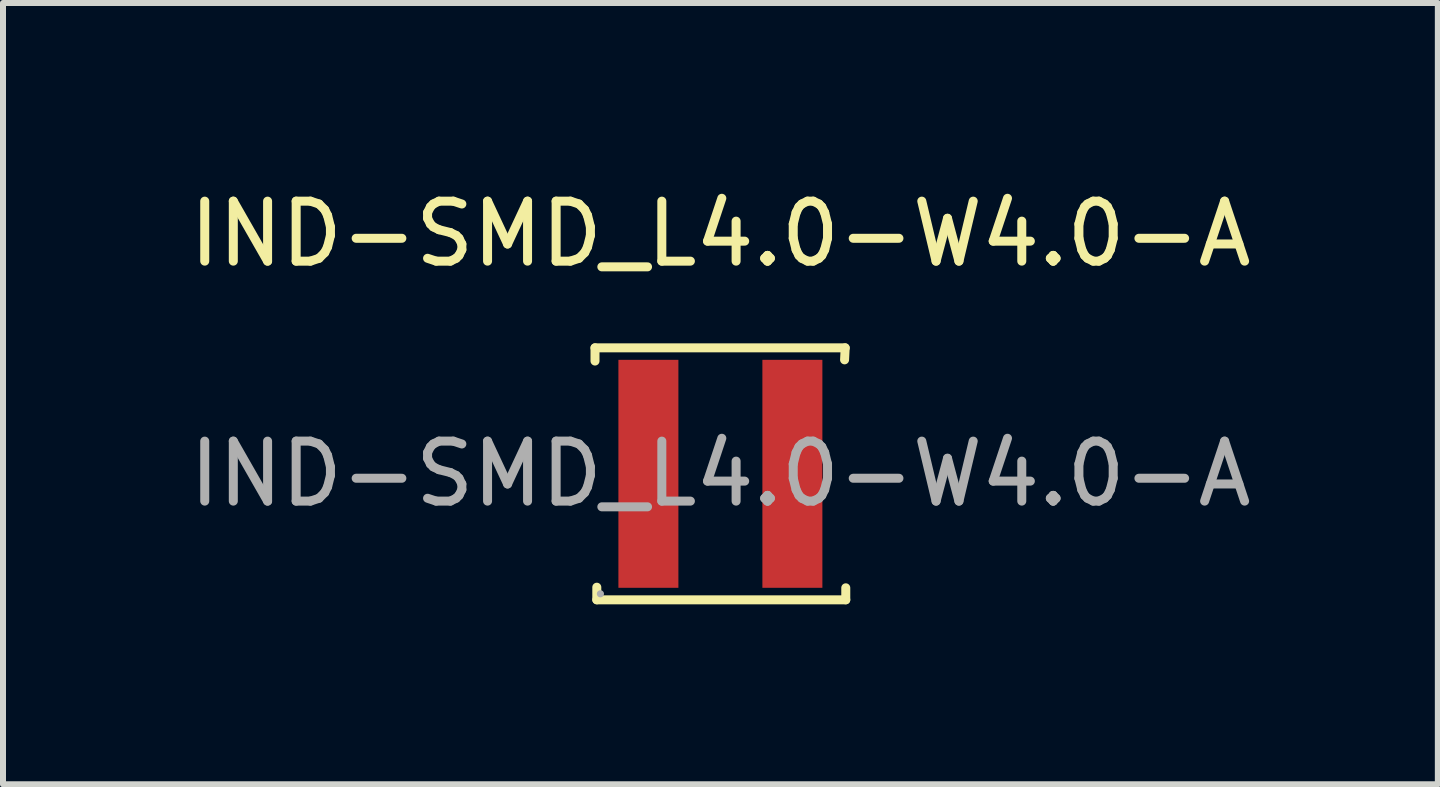
<source format=kicad_pcb>
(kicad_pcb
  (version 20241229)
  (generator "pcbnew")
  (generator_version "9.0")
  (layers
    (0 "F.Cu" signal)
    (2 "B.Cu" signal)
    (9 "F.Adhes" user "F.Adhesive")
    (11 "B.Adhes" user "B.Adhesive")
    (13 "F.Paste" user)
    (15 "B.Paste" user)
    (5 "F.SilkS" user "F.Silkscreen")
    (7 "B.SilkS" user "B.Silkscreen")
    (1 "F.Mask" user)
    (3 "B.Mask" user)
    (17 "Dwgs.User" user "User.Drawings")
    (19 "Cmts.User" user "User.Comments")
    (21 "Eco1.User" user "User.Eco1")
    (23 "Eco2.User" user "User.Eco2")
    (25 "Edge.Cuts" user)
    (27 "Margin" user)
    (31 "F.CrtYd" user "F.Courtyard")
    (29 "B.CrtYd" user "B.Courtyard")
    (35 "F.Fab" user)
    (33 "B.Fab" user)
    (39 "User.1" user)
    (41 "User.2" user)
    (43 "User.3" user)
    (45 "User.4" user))
  (footprint "IND-SMD_L4.0-W4.0-A"
    (layer "F.Cu")
    (at 8.958 4.848)
    (property "Reference" "IND-SMD_L4.0-W4.0-A" (at 0 -4 0) (layer "F.SilkS") (effects (font (size 1 1) (thickness 0.15))))
    (attr through_hole)
    (fp_line (start -2.09 -2.1) (end -2.09 -1.88) (stroke (width 0.15) (type solid)) (layer "F.SilkS"))
    (fp_line (start -2.06 1.89) (end -2.06 2.1) (stroke (width 0.15) (type solid)) (layer "F.SilkS"))
    (fp_line (start -2.06 2.1) (end 2.09 2.1) (stroke (width 0.15) (type solid)) (layer "F.SilkS"))
    (fp_line (start 2.07 -1.9) (end 2.08 -2.1) (stroke (width 0.15) (type solid)) (layer "F.SilkS"))
    (fp_line (start 2.08 -2.1) (end -2.09 -2.1) (stroke (width 0.15) (type solid)) (layer "F.SilkS"))
    (fp_line (start 2.09 2.1) (end 2.09 1.9) (stroke (width 0.15) (type solid)) (layer "F.SilkS"))
    (fp_circle (center -2 2) (end -1.97 2) (stroke (width 0.06) (type solid)) (fill no) (layer "F.Fab"))
    (fp_text user "${REFERENCE}" (at 0 0 0) (layer "F.Fab") (effects (font (size 1 1) (thickness 0.15))))
    (pad "1" smd rect (at -1.2 0) (size 1 3.8) (layers "F.Cu" "F.Mask" "F.Paste"))
    (pad "2" smd rect (at 1.2 0) (size 1 3.8) (layers "F.Cu" "F.Mask" "F.Paste")))
  (gr_rect
    (start -3 -3)
    (end 20.917 10.023)
    (stroke (width 0.1) (type default))
    (fill no)
    (layer "Edge.Cuts")))
</source>
